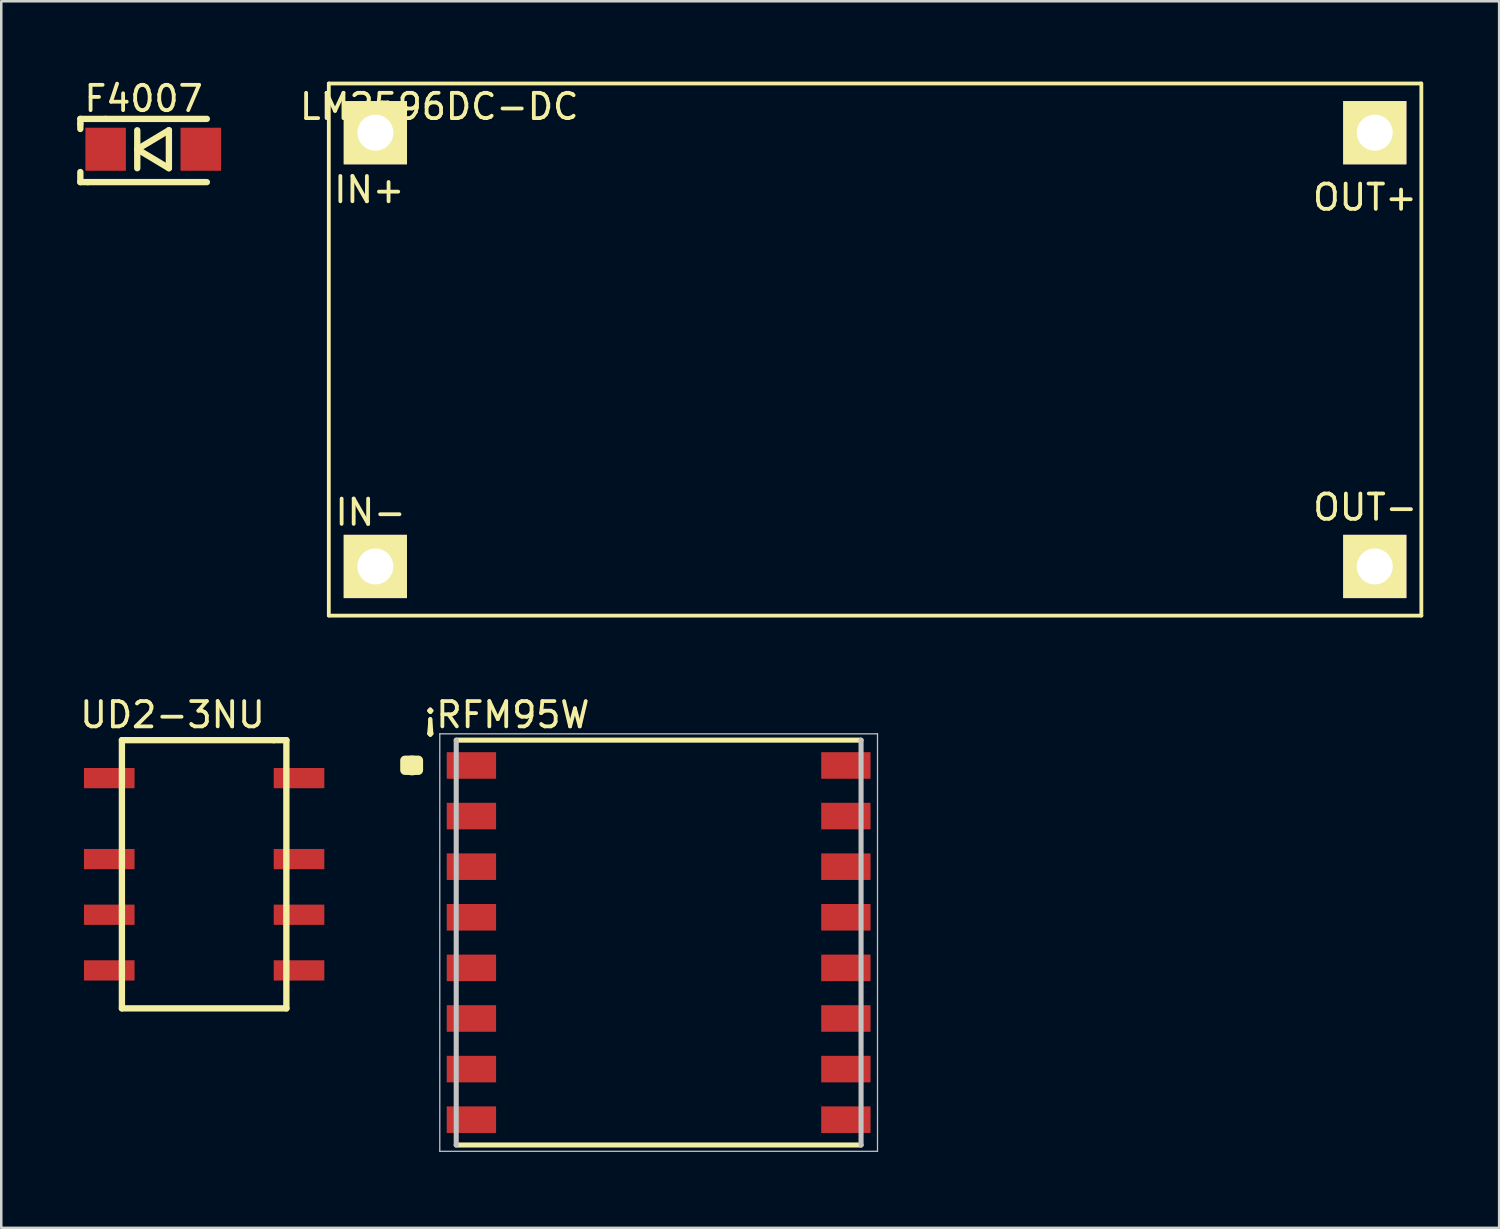
<source format=kicad_pcb>
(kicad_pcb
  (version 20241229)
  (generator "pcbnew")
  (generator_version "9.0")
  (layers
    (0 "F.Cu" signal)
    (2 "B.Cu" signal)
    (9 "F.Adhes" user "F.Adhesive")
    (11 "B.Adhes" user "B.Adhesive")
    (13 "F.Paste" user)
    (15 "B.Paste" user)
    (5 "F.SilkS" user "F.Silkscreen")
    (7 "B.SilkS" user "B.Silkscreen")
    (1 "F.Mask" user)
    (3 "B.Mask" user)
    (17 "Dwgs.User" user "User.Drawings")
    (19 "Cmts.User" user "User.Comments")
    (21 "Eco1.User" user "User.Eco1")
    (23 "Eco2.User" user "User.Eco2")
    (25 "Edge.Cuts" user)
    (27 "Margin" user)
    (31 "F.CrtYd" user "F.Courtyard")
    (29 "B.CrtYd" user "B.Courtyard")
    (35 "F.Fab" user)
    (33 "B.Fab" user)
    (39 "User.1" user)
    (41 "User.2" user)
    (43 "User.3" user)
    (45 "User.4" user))
  (footprint "UD2-3NU"
    (layer "F.Cu")
    (at 1.768 26.203)
    (property "Reference" "UD2-3NU" (at 2 -1 0) (layer "F.SilkS") (effects (font (size 1 1) (thickness 0.15))))
    (attr through_hole)
    (fp_line (start 0 0) (end 0 10.6) (stroke (width 0.25) (type solid)) (layer "F.SilkS"))
    (fp_line (start 0 0) (end 6 0) (stroke (width 0.25) (type solid)) (layer "F.SilkS"))
    (fp_line (start 0 10.6) (end 6.5 10.6) (stroke (width 0.25) (type solid)) (layer "F.SilkS"))
    (fp_line (start 6.5 0) (end 6 0) (stroke (width 0.25) (type solid)) (layer "F.SilkS"))
    (fp_line (start 6.5 0) (end 6.5 10.6) (stroke (width 0.25) (type solid)) (layer "F.SilkS"))
    (pad "1" smd rect (at 7 1.5 90) (size 0.8 2) (layers "F.Cu" "F.Mask" "F.Paste"))
    (pad "2" smd rect (at 7 4.7 90) (size 0.8 2) (layers "F.Cu" "F.Mask" "F.Paste"))
    (pad "3" smd rect (at 7 6.9 90) (size 0.8 2) (layers "F.Cu" "F.Mask" "F.Paste"))
    (pad "4" smd rect (at 7 9.1 90) (size 0.8 2) (layers "F.Cu" "F.Mask" "F.Paste"))
    (pad "5" smd rect (at -0.5 9.1 90) (size 0.8 2) (layers "F.Cu" "F.Mask" "F.Paste"))
    (pad "6" smd rect (at -0.5 6.9 90) (size 0.8 2) (layers "F.Cu" "F.Mask" "F.Paste"))
    (pad "7" smd rect (at -0.5 4.7 90) (size 0.8 2) (layers "F.Cu" "F.Mask" "F.Paste"))
    (pad "8" smd rect (at -0.5 1.5 90) (size 0.8 2) (layers "F.Cu" "F.Mask" "F.Paste")))
  (footprint "¡RFM95W"
    (layer "F.Cu")
    (at 22.981 34.203)
    (property "Reference" "¡RFM95W" (at -6 -9 0) (layer "F.SilkS") (effects (font (size 1 1) (thickness 0.15))))
    (attr smd)
    (fp_line (start -8 -8) (end 8 -8) (stroke (width 0.2) (type solid)) (layer "F.SilkS"))
    (fp_line (start 8 8) (end -8 8) (stroke (width 0.2) (type solid)) (layer "F.SilkS"))
    (fp_circle (center -9.75 -7) (end -9.458 -7) (stroke (width 0.2) (type solid)) (fill no) (layer "F.SilkS"))
    (fp_poly (pts (xy -10.023 -7.2) (xy -9.5 -7.2) (xy -9.5 -6.815) (xy -10.023 -6.815)) (stroke (width 0.381) (type solid)) (fill yes) (layer "F.SilkS"))
    (fp_line (start -8.65 -8.25) (end 8.65 -8.25) (stroke (width 0.05) (type solid)) (layer "Dwgs.User"))
    (fp_line (start -8.65 8.25) (end -8.65 -8.25) (stroke (width 0.05) (type solid)) (layer "Dwgs.User"))
    (fp_line (start -8 8) (end -8 -8) (stroke (width 0.2) (type solid)) (layer "Dwgs.User"))
    (fp_line (start 8 -8) (end 8 8) (stroke (width 0.2) (type solid)) (layer "Dwgs.User"))
    (fp_line (start 8.65 -8.25) (end 8.65 8.25) (stroke (width 0.05) (type solid)) (layer "Dwgs.User"))
    (fp_line (start 8.65 8.25) (end -8.65 8.25) (stroke (width 0.05) (type solid)) (layer "Dwgs.User"))
    (pad "1" smd rect (at -7.4 -7) (size 1.95 1.05) (layers "F.Cu" "F.Mask" "F.Paste"))
    (pad "2" smd rect (at -7.4 -5) (size 1.95 1.05) (layers "F.Cu" "F.Mask" "F.Paste"))
    (pad "3" smd rect (at -7.4 -3) (size 1.95 1.05) (layers "F.Cu" "F.Mask" "F.Paste"))
    (pad "4" smd rect (at -7.4 -1) (size 1.95 1.05) (layers "F.Cu" "F.Mask" "F.Paste"))
    (pad "5" smd rect (at -7.4 1) (size 1.95 1.05) (layers "F.Cu" "F.Mask" "F.Paste"))
    (pad "6" smd rect (at -7.4 3) (size 1.95 1.05) (layers "F.Cu" "F.Mask" "F.Paste"))
    (pad "7" smd rect (at -7.4 5) (size 1.95 1.05) (layers "F.Cu" "F.Mask" "F.Paste"))
    (pad "8" smd rect (at -7.4 7) (size 1.95 1.05) (layers "F.Cu" "F.Mask" "F.Paste"))
    (pad "9" smd rect (at 7.4 7 180) (size 1.95 1.05) (layers "F.Cu" "F.Mask" "F.Paste"))
    (pad "10" smd rect (at 7.4 5 180) (size 1.95 1.05) (layers "F.Cu" "F.Mask" "F.Paste"))
    (pad "11" smd rect (at 7.4 3 180) (size 1.95 1.05) (layers "F.Cu" "F.Mask" "F.Paste"))
    (pad "12" smd rect (at 7.4 1 180) (size 1.95 1.05) (layers "F.Cu" "F.Mask" "F.Paste"))
    (pad "13" smd rect (at 7.4 -1 180) (size 1.95 1.05) (layers "F.Cu" "F.Mask" "F.Paste"))
    (pad "14" smd rect (at 7.4 -3 180) (size 1.95 1.05) (layers "F.Cu" "F.Mask" "F.Paste"))
    (pad "15" smd rect (at 7.4 -5 180) (size 1.95 1.05) (layers "F.Cu" "F.Mask" "F.Paste"))
    (pad "16" smd rect (at 7.4 -7 180) (size 1.95 1.05) (layers "F.Cu" "F.Mask" "F.Paste")))
  (footprint "LM2596DC-DC"
    (layer "F.Cu")
    (at 9.945 0.25)
    (property "Reference" "LM2596DC-DC" (at 4.365 0.913 0) (layer "F.SilkS") (effects (font (size 1 1) (thickness 0.15))))
    (attr through_hole)
    (fp_line (start 0 0) (end 43.175 0) (stroke (width 0.15) (type solid)) (layer "F.SilkS"))
    (fp_line (start 0 21.025) (end 0 0) (stroke (width 0.15) (type solid)) (layer "F.SilkS"))
    (fp_line (start 43.18 0) (end 43.18 21.03) (stroke (width 0.15) (type solid)) (layer "F.SilkS"))
    (fp_line (start 43.18 21.03) (end 0 21.03) (stroke (width 0.15) (type solid)) (layer "F.SilkS"))
    (fp_text user "IN+" (at 1.6 4.2 0) (layer "F.SilkS") (effects (font (size 1 1) (thickness 0.15))))
    (fp_text user "OUT-" (at 40.96 16.75 0) (layer "F.SilkS") (effects (font (size 1 1) (thickness 0.15))))
    (fp_text user "OUT+" (at 40.95 4.5 0) (layer "F.SilkS") (effects (font (size 1 1) (thickness 0.15))))
    (fp_text user "IN-" (at 1.65 16.95 0) (layer "F.SilkS") (effects (font (size 1 1) (thickness 0.15))))
    (pad "1" thru_hole rect (at 1.841 1.944) (size 2.5 2.5) (drill 1.42) (layers "*.Cu" "*.Mask" "F.SilkS"))
    (pad "2" thru_hole rect (at 1.84 19.088) (size 2.5 2.5) (drill 1.42) (layers "*.Cu" "*.Mask" "F.SilkS"))
    (pad "3" thru_hole rect (at 41.339 1.944) (size 2.5 2.5) (drill 1.42) (layers "*.Cu" "*.Mask" "F.SilkS"))
    (pad "4" thru_hole rect (at 41.339 19.088) (size 2.5 2.5) (drill 1.42) (layers "*.Cu" "*.Mask" "F.SilkS")))
  (footprint "F4007"
    (layer "F.Cu")
    (at 1.125 2.848)
    (property "Reference" "F4007" (at 1.5 -2 0) (layer "F.SilkS") (effects (font (size 1 1) (thickness 0.15))))
    (attr through_hole)
    (fp_line (start -1 -1.2) (end 0 -1.2) (stroke (width 0.25) (type solid)) (layer "F.SilkS"))
    (fp_line (start -1 -1) (end -1 -1.2) (stroke (width 0.25) (type solid)) (layer "F.SilkS"))
    (fp_line (start -1 -1) (end -1 -0.8) (stroke (width 0.25) (type solid)) (layer "F.SilkS"))
    (fp_line (start -1 1.3) (end -1 0.9) (stroke (width 0.25) (type solid)) (layer "F.SilkS"))
    (fp_line (start -0.7 1.3) (end -1 1.3) (stroke (width 0.25) (type solid)) (layer "F.SilkS"))
    (fp_line (start -0.7 1.3) (end 4 1.3) (stroke (width 0.25) (type solid)) (layer "F.SilkS"))
    (fp_line (start 1.25 -0.75) (end 1.25 0.75) (stroke (width 0.25) (type solid)) (layer "F.SilkS"))
    (fp_line (start 1.25 0) (end 2.5 -0.75) (stroke (width 0.25) (type solid)) (layer "F.SilkS"))
    (fp_line (start 2.5 -0.75) (end 2.5 0.75) (stroke (width 0.25) (type solid)) (layer "F.SilkS"))
    (fp_line (start 2.5 0.75) (end 1.25 0) (stroke (width 0.25) (type solid)) (layer "F.SilkS"))
    (fp_line (start 4 -1.2) (end 0 -1.2) (stroke (width 0.25) (type solid)) (layer "F.SilkS"))
    (pad "1" smd rect (at 0 0) (size 1.6 1.7) (layers "F.Cu" "F.Mask" "F.Paste"))
    (pad "2" smd rect (at 3.76 0) (size 1.6 1.7) (layers "F.Cu" "F.Mask" "F.Paste")))
  (gr_rect
    (start -3 -3)
    (end 56.2 45.478)
    (stroke (width 0.1) (type default))
    (fill no)
    (layer "Edge.Cuts")))
</source>
